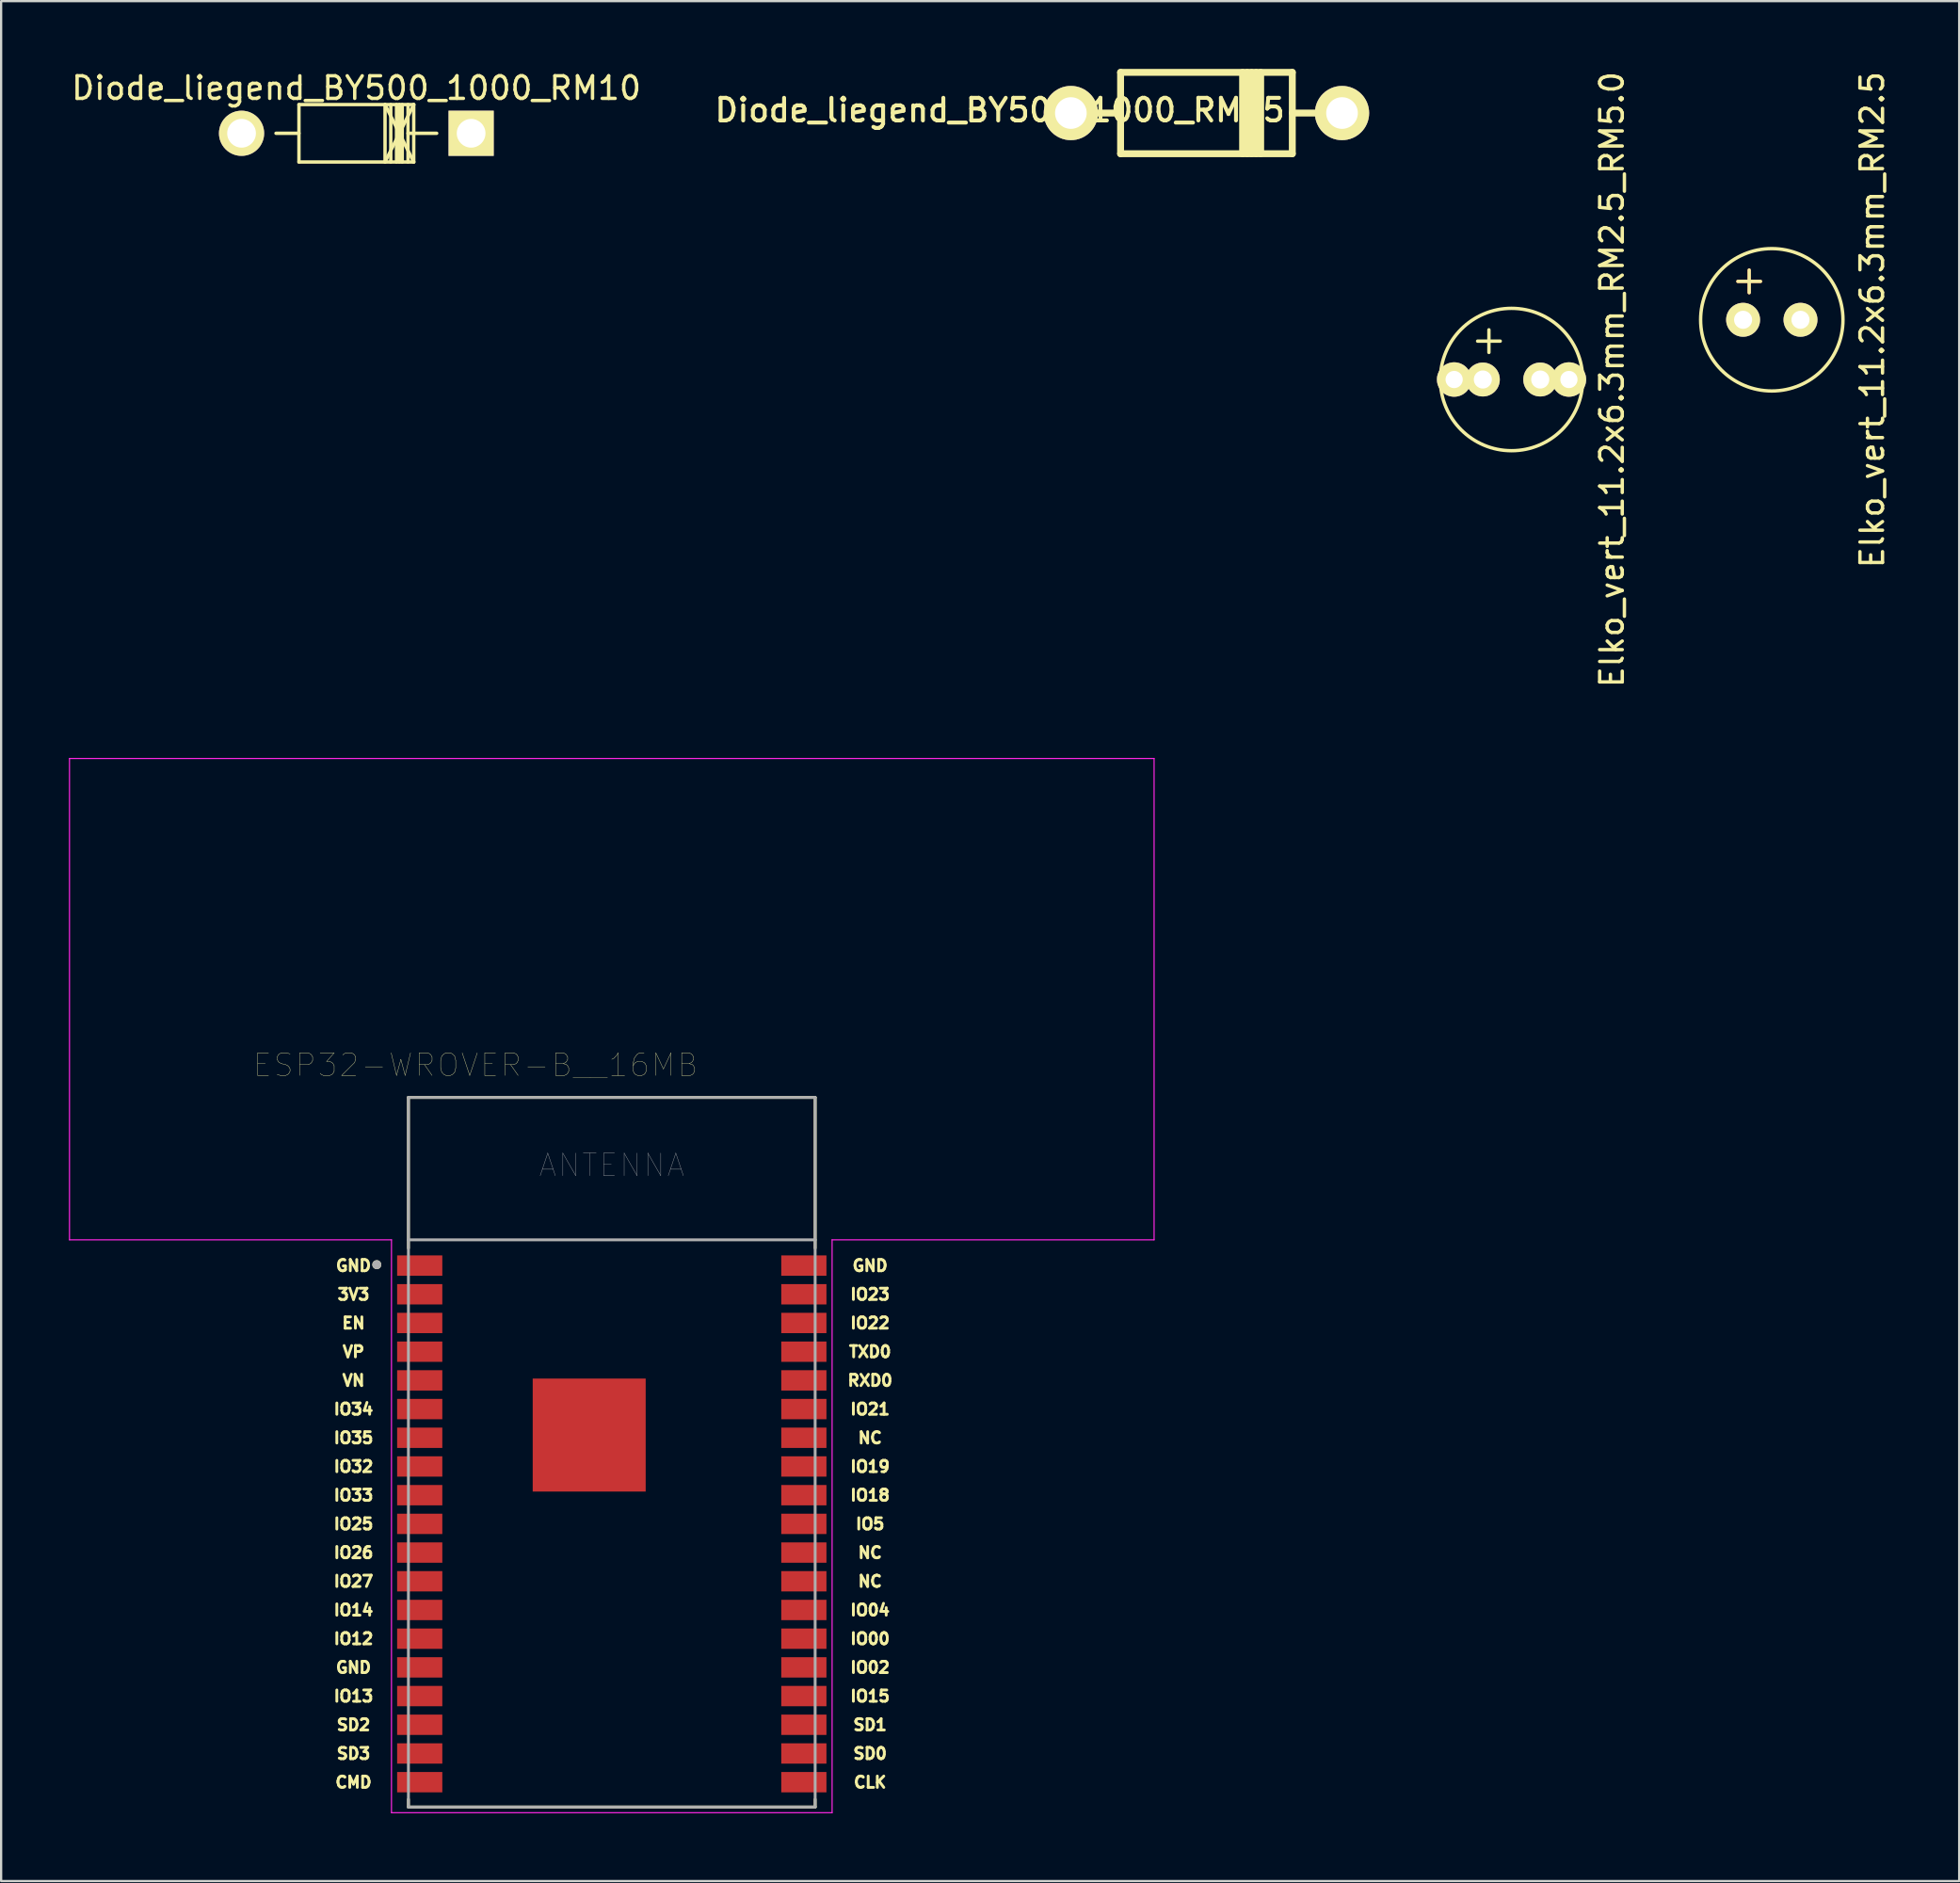
<source format=kicad_pcb>
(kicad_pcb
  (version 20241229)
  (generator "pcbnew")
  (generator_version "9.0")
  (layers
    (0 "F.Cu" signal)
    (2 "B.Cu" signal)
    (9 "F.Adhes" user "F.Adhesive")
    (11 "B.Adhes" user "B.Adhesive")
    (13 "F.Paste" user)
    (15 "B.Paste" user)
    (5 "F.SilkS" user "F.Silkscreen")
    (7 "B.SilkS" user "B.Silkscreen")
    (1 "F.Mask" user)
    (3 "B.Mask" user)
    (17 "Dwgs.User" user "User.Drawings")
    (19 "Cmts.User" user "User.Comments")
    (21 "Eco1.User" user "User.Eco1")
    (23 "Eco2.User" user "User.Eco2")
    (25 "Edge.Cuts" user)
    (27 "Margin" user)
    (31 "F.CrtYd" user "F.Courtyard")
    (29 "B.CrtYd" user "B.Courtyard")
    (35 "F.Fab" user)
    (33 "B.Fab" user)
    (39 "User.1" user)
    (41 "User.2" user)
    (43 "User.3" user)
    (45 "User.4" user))
  (footprint "Diode_liegend_BY500_1000_RM10"
    (layer "F.Cu")
    (at 12.72 2.848)
    (property "Reference" "Diode_liegend_BY500_1000_RM10" (at 0 -2 0) (layer "F.SilkS") (effects (font (size 1 1) (thickness 0.15))))
    (attr through_hole)
    (fp_line (start -2.54 -1.27) (end -2.54 1.27) (stroke (width 0.15) (type solid)) (layer "F.SilkS"))
    (fp_line (start -2.54 0) (end -3.556 0) (stroke (width 0.15) (type solid)) (layer "F.SilkS"))
    (fp_line (start -2.54 1.27) (end 2.54 1.27) (stroke (width 0.15) (type solid)) (layer "F.SilkS"))
    (fp_line (start 1.27 -1.27) (end 1.27 1.27) (stroke (width 0.15) (type solid)) (layer "F.SilkS"))
    (fp_line (start 1.27 -1.27) (end 2.54 1.27) (stroke (width 0.15) (type solid)) (layer "F.SilkS"))
    (fp_line (start 1.524 -1.27) (end 1.524 1.27) (stroke (width 0.15) (type solid)) (layer "F.SilkS"))
    (fp_line (start 1.778 -1.27) (end 1.778 1.27) (stroke (width 0.15) (type solid)) (layer "F.SilkS"))
    (fp_line (start 1.905 -1.27) (end 1.905 1.27) (stroke (width 0.15) (type solid)) (layer "F.SilkS"))
    (fp_line (start 2.032 -1.27) (end 2.032 1.27) (stroke (width 0.15) (type solid)) (layer "F.SilkS"))
    (fp_line (start 2.286 -1.27) (end 2.286 1.27) (stroke (width 0.15) (type solid)) (layer "F.SilkS"))
    (fp_line (start 2.286 0) (end 3.556 0) (stroke (width 0.15) (type solid)) (layer "F.SilkS"))
    (fp_line (start 2.54 -1.27) (end -2.54 -1.27) (stroke (width 0.15) (type solid)) (layer "F.SilkS"))
    (fp_line (start 2.54 -1.27) (end 1.27 1.27) (stroke (width 0.15) (type solid)) (layer "F.SilkS"))
    (fp_line (start 2.54 1.27) (end 2.54 -1.27) (stroke (width 0.15) (type solid)) (layer "F.SilkS"))
    (pad "1" thru_hole rect (at 5.08 0) (size 1.999 1.999) (drill 1.27) (layers "*.Cu" "*.Mask" "F.SilkS"))
    (pad "2" thru_hole circle (at -5.08 0) (size 1.999 1.999) (drill 1.27) (layers "*.Cu" "*.Mask" "F.SilkS")))
  (footprint "ESP32-WROVER-B__16MB"
    (layer "F.Cu")
    (at 24.025 61.213)
    (property "Reference" "ESP32-WROVER-B__16MB" (at -6.025 -17.135 0) (layer "F.SilkS") (effects (font (size 1 1) (thickness 0.015))))
    (attr through_hole)
    (fp_line (start -9 -15.7) (end 9 -15.7) (stroke (width 0.127) (type solid)) (layer "F.SilkS"))
    (fp_line (start -9 -9.03) (end -9 -15.7) (stroke (width 0.127) (type solid)) (layer "F.SilkS"))
    (fp_line (start -9 15.36) (end -9 15.7) (stroke (width 0.127) (type solid)) (layer "F.SilkS"))
    (fp_line (start -9 15.7) (end 9 15.7) (stroke (width 0.127) (type solid)) (layer "F.SilkS"))
    (fp_line (start 9 -15.7) (end 9 -9.03) (stroke (width 0.127) (type solid)) (layer "F.SilkS"))
    (fp_line (start 9 15.7) (end 9 15.36) (stroke (width 0.127) (type solid)) (layer "F.SilkS"))
    (fp_circle (center -10.4 -8.3) (end -10.3 -8.3) (stroke (width 0.2) (type solid)) (fill no) (layer "F.SilkS"))
    (fp_poly (pts (xy -2.58 -2.34) (xy 0.58 -2.34) (xy 0.58 0.82) (xy -2.58 0.82)) (stroke (width 0.01) (type solid)) (fill yes) (layer "F.Paste"))
    (fp_line (start -24 -30.7) (end 24 -30.7) (stroke (width 0.05) (type solid)) (layer "F.CrtYd"))
    (fp_line (start -24 -9.4) (end -24 -30.7) (stroke (width 0.05) (type solid)) (layer "F.CrtYd"))
    (fp_line (start -9.75 -9.4) (end -24 -9.4) (stroke (width 0.05) (type solid)) (layer "F.CrtYd"))
    (fp_line (start -9.75 -9.4) (end -9.75 15.95) (stroke (width 0.05) (type solid)) (layer "F.CrtYd"))
    (fp_line (start -9.75 15.95) (end 9.75 15.95) (stroke (width 0.05) (type solid)) (layer "F.CrtYd"))
    (fp_line (start 9.75 15.95) (end 9.75 -9.4) (stroke (width 0.05) (type solid)) (layer "F.CrtYd"))
    (fp_line (start 24 -30.7) (end 24 -9.4) (stroke (width 0.05) (type solid)) (layer "F.CrtYd"))
    (fp_line (start 24 -9.4) (end 9.75 -9.4) (stroke (width 0.05) (type solid)) (layer "F.CrtYd"))
    (fp_line (start -9 -15.7) (end 9 -15.7) (stroke (width 0.127) (type solid)) (layer "F.Fab"))
    (fp_line (start -9 -9.4) (end -9 -15.7) (stroke (width 0.127) (type solid)) (layer "F.Fab"))
    (fp_line (start -9 -9.4) (end 9 -9.4) (stroke (width 0.127) (type solid)) (layer "F.Fab"))
    (fp_line (start -9 15.7) (end -9 -9.4) (stroke (width 0.127) (type solid)) (layer "F.Fab"))
    (fp_line (start 9 -15.7) (end 9 -9.4) (stroke (width 0.127) (type solid)) (layer "F.Fab"))
    (fp_line (start 9 -9.4) (end 9 15.7) (stroke (width 0.127) (type solid)) (layer "F.Fab"))
    (fp_line (start 9 15.7) (end -9 15.7) (stroke (width 0.127) (type solid)) (layer "F.Fab"))
    (fp_circle (center -10.4 -8.3) (end -10.3 -8.3) (stroke (width 0.2) (type solid)) (fill no) (layer "F.Fab"))
    (fp_text user "IO12" (at -11.43 8.255 0) (unlocked yes) (layer "F.SilkS") (effects (font (size 0.5 0.5) (thickness 0.125))))
    (fp_text user "IO34" (at -11.43 -1.905 0) (unlocked yes) (layer "F.SilkS") (effects (font (size 0.5 0.5) (thickness 0.125))))
    (fp_text user "CMD" (at -11.43 14.605 0) (unlocked yes) (layer "F.SilkS") (effects (font (size 0.5 0.5) (thickness 0.125))))
    (fp_text user "SD0" (at 11.43 13.335 0) (unlocked yes) (layer "F.SilkS") (effects (font (size 0.5 0.5) (thickness 0.125))))
    (fp_text user "VN" (at -11.43 -3.175 0) (unlocked yes) (layer "F.SilkS") (effects (font (size 0.5 0.5) (thickness 0.125))))
    (fp_text user "TXD0" (at 11.43 -4.445 0) (unlocked yes) (layer "F.SilkS") (effects (font (size 0.5 0.5) (thickness 0.125))))
    (fp_text user "IO18" (at 11.43 1.905 0) (unlocked yes) (layer "F.SilkS") (effects (font (size 0.5 0.5) (thickness 0.125))))
    (fp_text user "GND" (at 11.43 -8.255 0) (unlocked yes) (layer "F.SilkS") (effects (font (size 0.5 0.5) (thickness 0.125))))
    (fp_text user "IO35" (at -11.43 -0.635 0) (unlocked yes) (layer "F.SilkS") (effects (font (size 0.5 0.5) (thickness 0.125))))
    (fp_text user "IO14" (at -11.43 6.985 0) (unlocked yes) (layer "F.SilkS") (effects (font (size 0.5 0.5) (thickness 0.125))))
    (fp_text user "IO5" (at 11.43 3.175 0) (unlocked yes) (layer "F.SilkS") (effects (font (size 0.5 0.5) (thickness 0.125))))
    (fp_text user "IO00" (at 11.43 8.255 0) (unlocked yes) (layer "F.SilkS") (effects (font (size 0.5 0.5) (thickness 0.125))))
    (fp_text user "NC" (at 11.43 -0.635 0) (unlocked yes) (layer "F.SilkS") (effects (font (size 0.5 0.5) (thickness 0.125))))
    (fp_text user "IO27" (at -11.43 5.715 0) (unlocked yes) (layer "F.SilkS") (effects (font (size 0.5 0.5) (thickness 0.125))))
    (fp_text user "GND" (at -11.43 9.525 0) (unlocked yes) (layer "F.SilkS") (effects (font (size 0.5 0.5) (thickness 0.125))))
    (fp_text user "IO26" (at -11.43 4.445 0) (unlocked yes) (layer "F.SilkS") (effects (font (size 0.5 0.5) (thickness 0.125))))
    (fp_text user "IO19" (at 11.43 0.635 0) (unlocked yes) (layer "F.SilkS") (effects (font (size 0.5 0.5) (thickness 0.125))))
    (fp_text user "IO02" (at 11.43 9.525 0) (unlocked yes) (layer "F.SilkS") (effects (font (size 0.5 0.5) (thickness 0.125))))
    (fp_text user "EN" (at -11.43 -5.715 0) (unlocked yes) (layer "F.SilkS") (effects (font (size 0.5 0.5) (thickness 0.125))))
    (fp_text user "IO32" (at -11.43 0.635 0) (unlocked yes) (layer "F.SilkS") (effects (font (size 0.5 0.5) (thickness 0.125))))
    (fp_text user "IO15" (at 11.43 10.795 0) (unlocked yes) (layer "F.SilkS") (effects (font (size 0.5 0.5) (thickness 0.125))))
    (fp_text user "VP" (at -11.43 -4.445 0) (unlocked yes) (layer "F.SilkS") (effects (font (size 0.5 0.5) (thickness 0.125))))
    (fp_text user "3V3" (at -11.43 -6.985 0) (unlocked yes) (layer "F.SilkS") (effects (font (size 0.5 0.5) (thickness 0.125))))
    (fp_text user "IO21" (at 11.43 -1.905 0) (unlocked yes) (layer "F.SilkS") (effects (font (size 0.5 0.5) (thickness 0.125))))
    (fp_text user "SD3" (at -11.43 13.335 0) (unlocked yes) (layer "F.SilkS") (effects (font (size 0.5 0.5) (thickness 0.125))))
    (fp_text user "RXD0" (at 11.43 -3.175 0) (unlocked yes) (layer "F.SilkS") (effects (font (size 0.5 0.5) (thickness 0.125))))
    (fp_text user "IO23" (at 11.43 -6.985 0) (unlocked yes) (layer "F.SilkS") (effects (font (size 0.5 0.5) (thickness 0.125))))
    (fp_text user "CLK" (at 11.43 14.605 0) (unlocked yes) (layer "F.SilkS") (effects (font (size 0.5 0.5) (thickness 0.125))))
    (fp_text user "IO22" (at 11.43 -5.715 0) (unlocked yes) (layer "F.SilkS") (effects (font (size 0.5 0.5) (thickness 0.125))))
    (fp_text user "IO13" (at -11.43 10.795 0) (unlocked yes) (layer "F.SilkS") (effects (font (size 0.5 0.5) (thickness 0.125))))
    (fp_text user "NC" (at 11.43 4.445 0) (unlocked yes) (layer "F.SilkS") (effects (font (size 0.5 0.5) (thickness 0.125))))
    (fp_text user "IO25" (at -11.43 3.175 0) (unlocked yes) (layer "F.SilkS") (effects (font (size 0.5 0.5) (thickness 0.125))))
    (fp_text user "IO33" (at -11.43 1.905 0) (unlocked yes) (layer "F.SilkS") (effects (font (size 0.5 0.5) (thickness 0.125))))
    (fp_text user "IO04" (at 11.43 6.985 0) (unlocked yes) (layer "F.SilkS") (effects (font (size 0.5 0.5) (thickness 0.125))))
    (fp_text user "SD1" (at 11.43 12.065 0) (unlocked yes) (layer "F.SilkS") (effects (font (size 0.5 0.5) (thickness 0.125))))
    (fp_text user "NC" (at 11.43 5.715 0) (unlocked yes) (layer "F.SilkS") (effects (font (size 0.5 0.5) (thickness 0.125))))
    (fp_text user "SD2" (at -11.43 12.065 0) (unlocked yes) (layer "F.SilkS") (effects (font (size 0.5 0.5) (thickness 0.125))))
    (fp_text user "GND" (at -11.43 -8.255 0) (unlocked yes) (layer "F.SilkS") (effects (font (size 0.5 0.5) (thickness 0.125))))
    (fp_text user "ANTENNA" (at 0 -12.7 0) (layer "F.Fab") (effects (font (size 1 1) (thickness 0.015))))
    (pad "1" smd rect (at -8.5 -8.26) (size 2 0.9) (layers "F.Cu" "F.Mask" "F.Paste"))
    (pad "2" smd rect (at -8.5 -6.99) (size 2 0.9) (layers "F.Cu" "F.Mask" "F.Paste"))
    (pad "3" smd rect (at -8.5 -5.72) (size 2 0.9) (layers "F.Cu" "F.Mask" "F.Paste"))
    (pad "4" smd rect (at -8.5 -4.45) (size 2 0.9) (layers "F.Cu" "F.Mask" "F.Paste"))
    (pad "5" smd rect (at -8.5 -3.18) (size 2 0.9) (layers "F.Cu" "F.Mask" "F.Paste"))
    (pad "6" smd rect (at -8.5 -1.91) (size 2 0.9) (layers "F.Cu" "F.Mask" "F.Paste"))
    (pad "7" smd rect (at -8.5 -0.64) (size 2 0.9) (layers "F.Cu" "F.Mask" "F.Paste"))
    (pad "8" smd rect (at -8.5 0.63) (size 2 0.9) (layers "F.Cu" "F.Mask" "F.Paste"))
    (pad "9" smd rect (at -8.5 1.9) (size 2 0.9) (layers "F.Cu" "F.Mask" "F.Paste"))
    (pad "10" smd rect (at -8.5 3.17) (size 2 0.9) (layers "F.Cu" "F.Mask" "F.Paste"))
    (pad "11" smd rect (at -8.5 4.44) (size 2 0.9) (layers "F.Cu" "F.Mask" "F.Paste"))
    (pad "12" smd rect (at -8.5 5.71) (size 2 0.9) (layers "F.Cu" "F.Mask" "F.Paste"))
    (pad "13" smd rect (at -8.5 6.98) (size 2 0.9) (layers "F.Cu" "F.Mask" "F.Paste"))
    (pad "14" smd rect (at -8.5 8.25) (size 2 0.9) (layers "F.Cu" "F.Mask" "F.Paste"))
    (pad "15" smd rect (at -8.5 9.52) (size 2 0.9) (layers "F.Cu" "F.Mask" "F.Paste"))
    (pad "16" smd rect (at -8.5 10.79) (size 2 0.9) (layers "F.Cu" "F.Mask" "F.Paste"))
    (pad "17" smd rect (at -8.5 12.06) (size 2 0.9) (layers "F.Cu" "F.Mask" "F.Paste"))
    (pad "18" smd rect (at -8.5 13.33) (size 2 0.9) (layers "F.Cu" "F.Mask" "F.Paste"))
    (pad "19" smd rect (at -8.5 14.6) (size 2 0.9) (layers "F.Cu" "F.Mask" "F.Paste"))
    (pad "20" smd rect (at 8.5 14.6) (size 2 0.9) (layers "F.Cu" "F.Mask" "F.Paste"))
    (pad "21" smd rect (at 8.5 13.33) (size 2 0.9) (layers "F.Cu" "F.Mask" "F.Paste"))
    (pad "22" smd rect (at 8.5 12.06) (size 2 0.9) (layers "F.Cu" "F.Mask" "F.Paste"))
    (pad "23" smd rect (at 8.5 10.79) (size 2 0.9) (layers "F.Cu" "F.Mask" "F.Paste"))
    (pad "24" smd rect (at 8.5 9.52) (size 2 0.9) (layers "F.Cu" "F.Mask" "F.Paste"))
    (pad "25" smd rect (at 8.5 8.25) (size 2 0.9) (layers "F.Cu" "F.Mask" "F.Paste"))
    (pad "26" smd rect (at 8.5 6.98) (size 2 0.9) (layers "F.Cu" "F.Mask" "F.Paste"))
    (pad "27" smd rect (at 8.5 5.71) (size 2 0.9) (layers "F.Cu" "F.Mask" "F.Paste"))
    (pad "28" smd rect (at 8.5 4.44) (size 2 0.9) (layers "F.Cu" "F.Mask" "F.Paste"))
    (pad "29" smd rect (at 8.5 3.17) (size 2 0.9) (layers "F.Cu" "F.Mask" "F.Paste"))
    (pad "30" smd rect (at 8.5 1.9) (size 2 0.9) (layers "F.Cu" "F.Mask" "F.Paste"))
    (pad "31" smd rect (at 8.5 0.63) (size 2 0.9) (layers "F.Cu" "F.Mask" "F.Paste"))
    (pad "32" smd rect (at 8.5 -0.64) (size 2 0.9) (layers "F.Cu" "F.Mask" "F.Paste"))
    (pad "33" smd rect (at 8.5 -1.91) (size 2 0.9) (layers "F.Cu" "F.Mask" "F.Paste"))
    (pad "34" smd rect (at 8.5 -3.18) (size 2 0.9) (layers "F.Cu" "F.Mask" "F.Paste"))
    (pad "35" smd rect (at 8.5 -4.45) (size 2 0.9) (layers "F.Cu" "F.Mask" "F.Paste"))
    (pad "36" smd rect (at 8.5 -5.72) (size 2 0.9) (layers "F.Cu" "F.Mask" "F.Paste"))
    (pad "37" smd rect (at 8.5 -6.99) (size 2 0.9) (layers "F.Cu" "F.Mask" "F.Paste"))
    (pad "38" smd rect (at 8.5 -8.26) (size 2 0.9) (layers "F.Cu" "F.Mask" "F.Paste"))
    (pad "39" smd rect (at -1 -0.76) (size 5 5) (layers "F.Cu" "F.Mask")))
  (footprint "Elko_vert_11.2x6.3mm_RM2.5_RM5.0"
    (layer "F.Cu")
    (at 62.574 13.744)
    (property "Reference" "Elko_vert_11.2x6.3mm_RM2.5_RM5.0" (at 5.715 0 90) (layer "F.SilkS") (effects (font (size 1 1) (thickness 0.15))))
    (fp_line (start -0.231 -1.699) (end 0.77 -1.699) (stroke (width 0.15) (type solid)) (layer "F.SilkS"))
    (fp_line (start 0.269 -2.2) (end 0.269 -1.199) (stroke (width 0.15) (type solid)) (layer "F.SilkS"))
    (fp_circle (center 1.27 0) (end 4.42 0) (stroke (width 0.15) (type solid)) (fill no) (layer "F.SilkS"))
    (pad "1" thru_hole circle (at -1.27 0) (size 1.524 1.524) (drill 0.762) (layers "*.Cu" "*.Mask" "F.SilkS"))
    (pad "1" thru_hole circle (at 0 0) (size 1.501 1.501) (drill 0.8) (layers "*.Cu" "*.Mask" "F.SilkS"))
    (pad "2" thru_hole circle (at 2.54 0) (size 1.501 1.501) (drill 0.8) (layers "*.Cu" "*.Mask" "F.SilkS"))
    (pad "2" thru_hole circle (at 3.81 0) (size 1.524 1.524) (drill 0.762) (layers "*.Cu" "*.Mask" "F.SilkS")))
  (footprint "Diode_liegend_BY500_1000_RM15"
    (layer "F.Cu")
    (at 50.342 1.952)
    (property "Reference" "Diode_liegend_BY500_1000_RM15" (at -9.144 -0.127 0) (layer "F.SilkS") (effects (font (size 1 1) (thickness 0.175))))
    (attr through_hole)
    (fp_line (start -6 0) (end -3.8 0) (stroke (width 0.305) (type solid)) (layer "F.SilkS"))
    (fp_line (start -3.8 -1.8) (end 3.8 -1.8) (stroke (width 0.305) (type solid)) (layer "F.SilkS"))
    (fp_line (start -3.8 1.8) (end -3.8 -1.8) (stroke (width 0.305) (type solid)) (layer "F.SilkS"))
    (fp_line (start 1.6 -1.8) (end 1.6 1.8) (stroke (width 0.305) (type solid)) (layer "F.SilkS"))
    (fp_line (start 1.8 1.8) (end 1.8 -1.8) (stroke (width 0.305) (type solid)) (layer "F.SilkS"))
    (fp_line (start 2 1.8) (end 2 -1.8) (stroke (width 0.305) (type solid)) (layer "F.SilkS"))
    (fp_line (start 2.2 -1.8) (end 2.2 1.8) (stroke (width 0.305) (type solid)) (layer "F.SilkS"))
    (fp_line (start 2.4 1.8) (end 2.4 -1.8) (stroke (width 0.305) (type solid)) (layer "F.SilkS"))
    (fp_line (start 3.8 -1.8) (end 3.8 1.8) (stroke (width 0.305) (type solid)) (layer "F.SilkS"))
    (fp_line (start 3.8 1.8) (end -3.8 1.8) (stroke (width 0.305) (type solid)) (layer "F.SilkS"))
    (fp_line (start 6 0) (end 3.8 0) (stroke (width 0.305) (type solid)) (layer "F.SilkS"))
    (pad "1" thru_hole circle (at 6 0) (size 2.4 2.4) (drill 1.4) (layers "*.Cu" "*.Mask" "F.SilkS"))
    (pad "2" thru_hole circle (at -6 0) (size 2.4 2.4) (drill 1.4) (layers "*.Cu" "*.Mask" "F.SilkS")))
  (footprint "Elko_vert_11.2x6.3mm_RM2.5"
    (layer "F.Cu")
    (at 74.092 11.101)
    (property "Reference" "Elko_vert_11.2x6.3mm_RM2.5" (at 5.715 0 90) (layer "F.SilkS") (effects (font (size 1 1) (thickness 0.15))))
    (attr through_hole)
    (fp_line (start -0.231 -1.699) (end 0.269 -1.699) (stroke (width 0.15) (type solid)) (layer "F.Cu"))
    (fp_line (start 0.269 -1.699) (end 0.269 -2.2) (stroke (width 0.15) (type solid)) (layer "F.Cu"))
    (fp_line (start 0.269 -1.699) (end 0.269 -1.3) (stroke (width 0.15) (type solid)) (layer "F.Cu"))
    (fp_line (start 0.269 -1.699) (end 0.77 -1.699) (stroke (width 0.15) (type solid)) (layer "F.Cu"))
    (fp_line (start 0.269 -1.3) (end 0.269 -1.199) (stroke (width 0.15) (type solid)) (layer "F.Cu"))
    (fp_line (start -0.231 -1.699) (end 0.77 -1.699) (stroke (width 0.15) (type solid)) (layer "F.SilkS"))
    (fp_line (start 0.269 -2.2) (end 0.269 -1.199) (stroke (width 0.15) (type solid)) (layer "F.SilkS"))
    (fp_circle (center 1.27 0) (end 4.42 0) (stroke (width 0.15) (type solid)) (fill no) (layer "F.SilkS"))
    (pad "1" thru_hole circle (at 0 0) (size 1.501 1.501) (drill 0.8) (layers "*.Cu" "*.Mask" "F.SilkS"))
    (pad "2" thru_hole circle (at 2.54 0) (size 1.501 1.501) (drill 0.8) (layers "*.Cu" "*.Mask" "F.SilkS")))
  (gr_rect
    (start -3 -3)
    (end 83.655 80.188)
    (stroke (width 0.1) (type default))
    (fill no)
    (layer "Edge.Cuts")))
</source>
